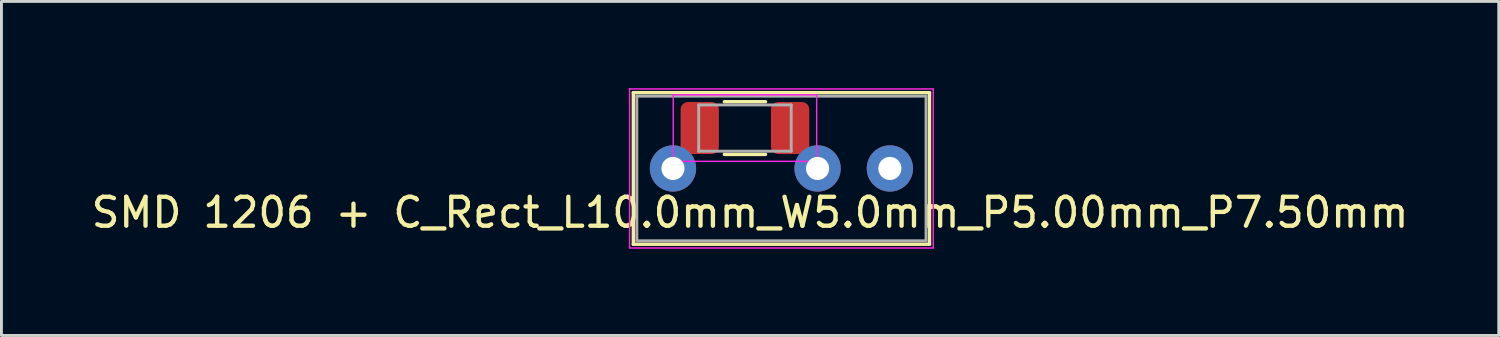
<source format=kicad_pcb>
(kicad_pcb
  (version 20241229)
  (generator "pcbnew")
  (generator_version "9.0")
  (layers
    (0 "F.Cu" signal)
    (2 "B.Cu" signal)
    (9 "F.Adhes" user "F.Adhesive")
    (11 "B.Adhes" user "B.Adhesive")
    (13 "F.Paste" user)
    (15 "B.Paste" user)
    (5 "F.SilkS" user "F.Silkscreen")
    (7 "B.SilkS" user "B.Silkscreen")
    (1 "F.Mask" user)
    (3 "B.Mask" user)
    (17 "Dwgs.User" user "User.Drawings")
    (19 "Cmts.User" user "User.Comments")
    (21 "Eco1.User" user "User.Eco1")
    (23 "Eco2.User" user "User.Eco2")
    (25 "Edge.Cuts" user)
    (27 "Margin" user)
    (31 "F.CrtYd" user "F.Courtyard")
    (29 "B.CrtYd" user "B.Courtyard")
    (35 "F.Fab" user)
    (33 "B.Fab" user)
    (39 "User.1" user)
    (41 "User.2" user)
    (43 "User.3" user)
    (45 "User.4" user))
  (footprint "SMD 1206 + C_Rect_L10.0mm_W5.0mm_P5.00mm_P7.50mm"
    (layer "F.Cu")
    (at 20.22 2.775)
    (property "Reference" "SMD 1206 + C_Rect_L10.0mm_W5.0mm_P5.00mm_P7.50mm" (at 2.667 1.524 0) (layer "F.SilkS") (effects (font (size 1 1) (thickness 0.15))))
    (attr through_hole)
    (fp_line (start -1.37 -2.62) (end -1.37 2.62) (stroke (width 0.12) (type solid)) (layer "F.SilkS"))
    (fp_line (start -1.37 -2.62) (end 8.87 -2.62) (stroke (width 0.12) (type solid)) (layer "F.SilkS"))
    (fp_line (start -1.37 2.62) (end 8.87 2.62) (stroke (width 0.12) (type solid)) (layer "F.SilkS"))
    (fp_line (start 1.778 -2.307) (end 3.2 -2.307) (stroke (width 0.12) (type solid)) (layer "F.SilkS"))
    (fp_line (start 1.778 -0.487) (end 3.2 -0.487) (stroke (width 0.12) (type solid)) (layer "F.SilkS"))
    (fp_line (start 8.87 -2.62) (end 8.87 2.62) (stroke (width 0.12) (type solid)) (layer "F.SilkS"))
    (fp_line (start -1.5 -2.75) (end -1.5 2.75) (stroke (width 0.05) (type solid)) (layer "F.CrtYd"))
    (fp_line (start -1.5 2.75) (end 9 2.75) (stroke (width 0.05) (type solid)) (layer "F.CrtYd"))
    (fp_line (start 0.009 -2.547) (end 4.969 -2.547) (stroke (width 0.05) (type solid)) (layer "F.CrtYd"))
    (fp_line (start 0.009 -0.247) (end 0.009 -2.547) (stroke (width 0.05) (type solid)) (layer "F.CrtYd"))
    (fp_line (start 4.969 -2.547) (end 4.969 -0.247) (stroke (width 0.05) (type solid)) (layer "F.CrtYd"))
    (fp_line (start 4.969 -0.247) (end 0.009 -0.247) (stroke (width 0.05) (type solid)) (layer "F.CrtYd"))
    (fp_line (start 9 -2.75) (end -1.5 -2.75) (stroke (width 0.05) (type solid)) (layer "F.CrtYd"))
    (fp_line (start 9 2.75) (end 9 -2.75) (stroke (width 0.05) (type solid)) (layer "F.CrtYd"))
    (fp_line (start -1.25 -2.5) (end -1.25 2.5) (stroke (width 0.1) (type solid)) (layer "F.Fab"))
    (fp_line (start -1.25 2.5) (end 8.75 2.5) (stroke (width 0.1) (type solid)) (layer "F.Fab"))
    (fp_line (start 0.889 -2.197) (end 4.089 -2.197) (stroke (width 0.1) (type solid)) (layer "F.Fab"))
    (fp_line (start 0.889 -0.597) (end 0.889 -2.197) (stroke (width 0.1) (type solid)) (layer "F.Fab"))
    (fp_line (start 4.089 -2.197) (end 4.089 -0.597) (stroke (width 0.1) (type solid)) (layer "F.Fab"))
    (fp_line (start 4.089 -0.597) (end 0.889 -0.597) (stroke (width 0.1) (type solid)) (layer "F.Fab"))
    (fp_line (start 8.75 -2.5) (end -1.25 -2.5) (stroke (width 0.1) (type solid)) (layer "F.Fab"))
    (fp_line (start 8.75 2.5) (end 8.75 -2.5) (stroke (width 0.1) (type solid)) (layer "F.Fab"))
    (pad "1" thru_hole circle (at 0 0) (size 1.6 1.6) (drill 0.8) (layers "*.Cu" "*.Mask"))
    (pad "1" smd roundrect (at 0.926 -1.397) (size 1.325 1.8) (layers "F.Cu" "F.Mask" "F.Paste") (roundrect_rratio 0.189))
    (pad "2" smd roundrect (at 4.051 -1.397) (size 1.325 1.8) (layers "F.Cu" "F.Mask" "F.Paste") (roundrect_rratio 0.189))
    (pad "2" thru_hole circle (at 5 0) (size 1.6 1.6) (drill 0.8) (layers "*.Cu" "*.Mask"))
    (pad "2" thru_hole circle (at 7.5 0) (size 1.6 1.6) (drill 0.8) (layers "*.Cu" "*.Mask")))
  (gr_rect
    (start -3 -3)
    (end 48.774 8.55)
    (stroke (width 0.1) (type default))
    (fill no)
    (layer "Edge.Cuts")))
</source>
